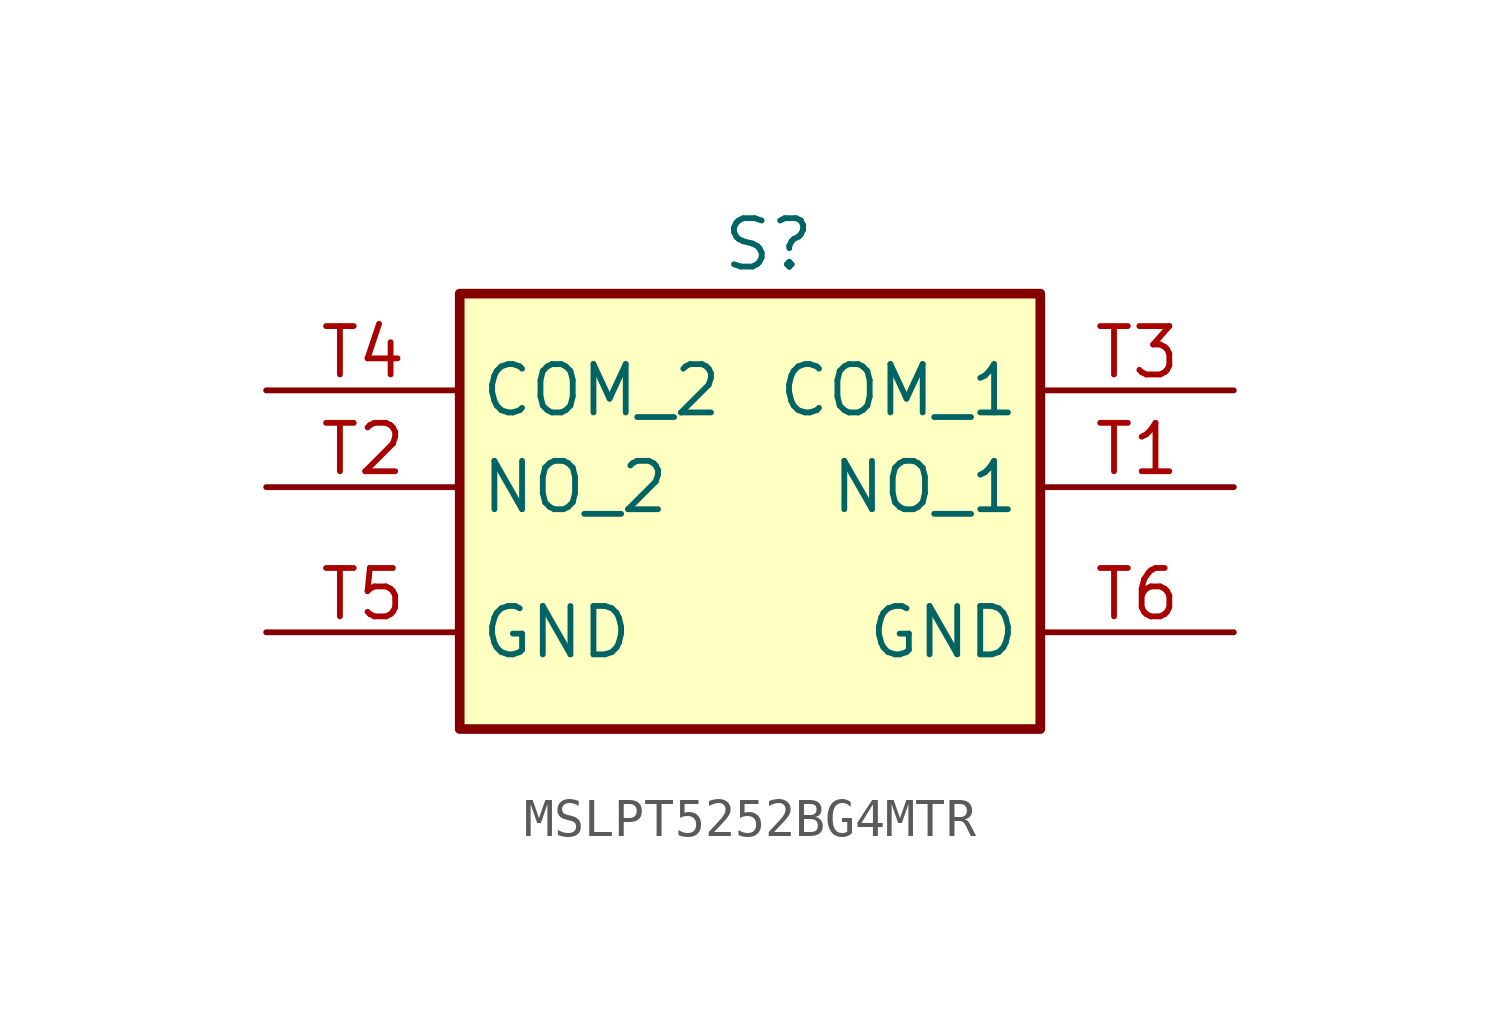
<source format=kicad_sym>
(kicad_symbol_lib
  (version 20241209)
  (generator "kicad_symbol_editor")
  (generator_version "9.0")
  (symbol "MSLPT5252BG4MTR"
    (property "Reference" "S"
      (at -0.762 8.382 0)
      (effects (font (size 1.27 1.27)) (justify left top)))
    (symbol "MSLPT5252BG4MTR_1_1"
      (rectangle (start -7.62 6.35) (end 7.62 -5.08) (stroke (width 0.254) (type default)) (fill (type background)))
      (pin passive line (at -12.7 3.81 0) (length 5.08) (name "COM_2" (effects (font (size 1.27 1.27)))) (number "T4" (effects (font (size 1.27 1.27)))))
      (pin passive line (at -12.7 1.27 0) (length 5.08) (name "NO_2" (effects (font (size 1.27 1.27)))) (number "T2" (effects (font (size 1.27 1.27)))))
      (pin passive line (at -12.7 -2.54 0) (length 5.08) (name "GND" (effects (font (size 1.27 1.27)))) (number "T5" (effects (font (size 1.27 1.27)))))
      (pin passive line (at 12.7 3.81 180) (length 5.08) (name "COM_1" (effects (font (size 1.27 1.27)))) (number "T3" (effects (font (size 1.27 1.27)))))
      (pin passive line (at 12.7 1.27 180) (length 5.08) (name "NO_1" (effects (font (size 1.27 1.27)))) (number "T1" (effects (font (size 1.27 1.27)))))
      (pin passive line (at 12.7 -2.54 180) (length 5.08) (name "GND" (effects (font (size 1.27 1.27)))) (number "T6" (effects (font (size 1.27 1.27))))))))
</source>
